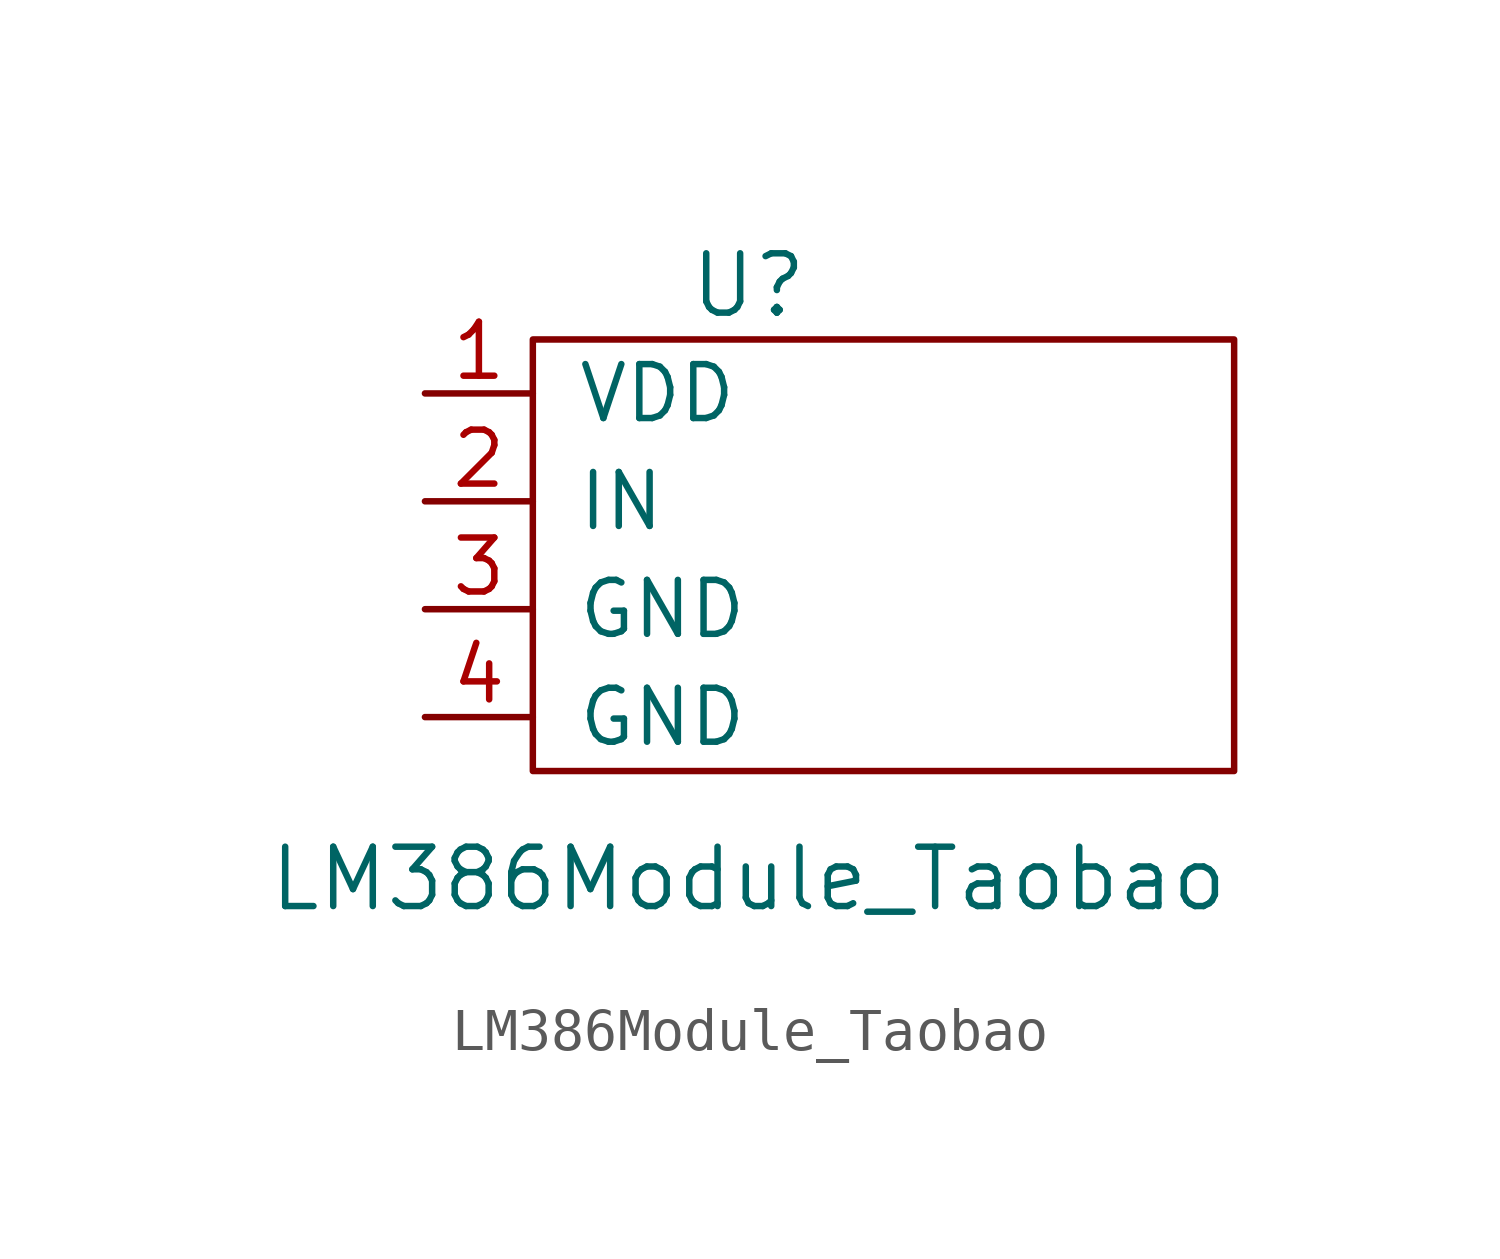
<source format=kicad_sym>
(kicad_symbol_lib
  (version 20220914)
  (generator kicad_symbol_editor)
  (symbol "LM386Module_Taobao"
    (pin_names
      (offset 1.016))
    (property "Reference" "U"
      (at 0 5.08 0)
      (effects (font (size 1.397 1.397))))
    (property "Value" "LM386Module_Taobao"
      (at 0 -8.89 0)
      (effects (font (size 1.397 1.397))))
    (symbol "LM386Module_Taobao_0_1"
      (polyline (pts (xy -5.08 3.81) (xy -5.08 -6.35) (xy 11.43 -6.35) (xy 11.43 3.81) (xy -5.08 3.81)) (stroke (width 0) (type solid)) (fill (type none))))
    (symbol "LM386Module_Taobao_1_1"
      (pin input line (at -7.62 2.54 0) (length 2.54) (name "VDD" (effects (font (size 1.27 1.27)))) (number "1" (effects (font (size 1.27 1.27)))))
      (pin input line (at -7.62 0 0) (length 2.54) (name "IN" (effects (font (size 1.27 1.27)))) (number "2" (effects (font (size 1.27 1.27)))))
      (pin input line (at -7.62 -2.54 0) (length 2.54) (name "GND" (effects (font (size 1.27 1.27)))) (number "3" (effects (font (size 1.27 1.27)))))
      (pin input line (at -7.62 -5.08 0) (length 2.54) (name "GND" (effects (font (size 1.27 1.27)))) (number "4" (effects (font (size 1.27 1.27))))))))
</source>
